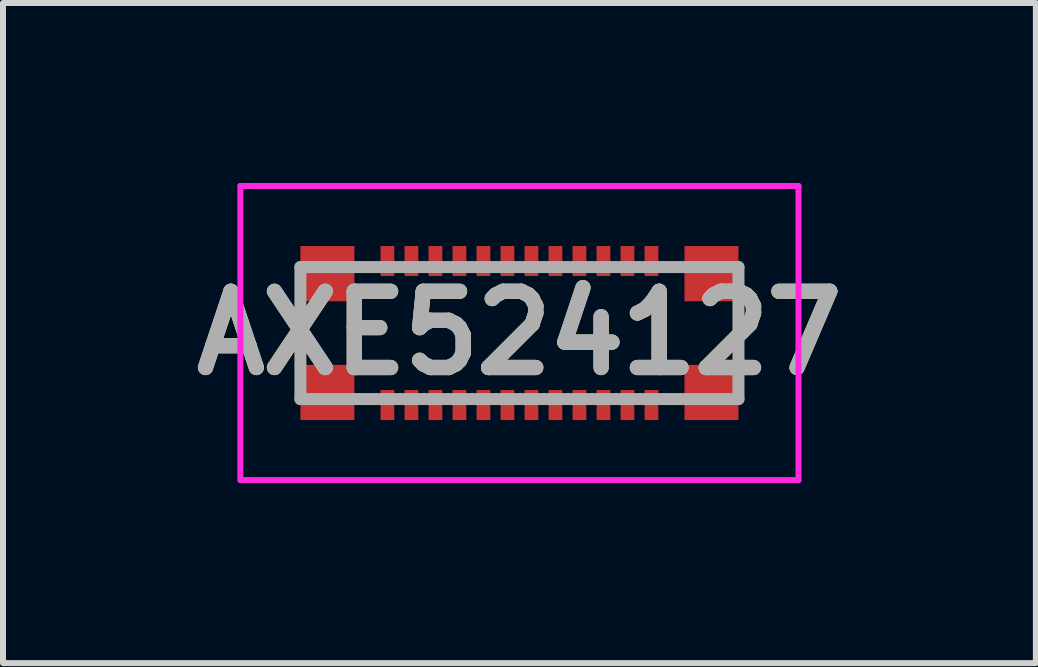
<source format=kicad_pcb>
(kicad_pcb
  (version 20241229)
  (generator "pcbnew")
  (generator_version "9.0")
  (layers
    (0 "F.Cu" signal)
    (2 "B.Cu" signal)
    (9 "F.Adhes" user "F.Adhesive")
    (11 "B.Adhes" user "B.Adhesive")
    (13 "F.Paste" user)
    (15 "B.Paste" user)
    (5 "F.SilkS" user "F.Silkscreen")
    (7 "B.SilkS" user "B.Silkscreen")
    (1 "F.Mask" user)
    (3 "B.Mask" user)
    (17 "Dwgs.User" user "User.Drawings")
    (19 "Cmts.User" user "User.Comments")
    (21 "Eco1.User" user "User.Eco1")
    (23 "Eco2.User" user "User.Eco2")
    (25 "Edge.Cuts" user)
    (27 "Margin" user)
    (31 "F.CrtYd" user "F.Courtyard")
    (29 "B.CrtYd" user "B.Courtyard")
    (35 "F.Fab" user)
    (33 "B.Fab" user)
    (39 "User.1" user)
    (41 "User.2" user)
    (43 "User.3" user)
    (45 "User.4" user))
  (footprint "AXE524127"
    (layer "F.Cu")
    (at 5.606 2.5)
    (property "Reference" "AXE524127" (at 0 0 0) (layer "F.SilkS") (effects (font (size 1.27 1.27) (thickness 0.254))))
    (attr smd)
    (fp_line (start -3.65 -0.2) (end -3.65 0.2) (stroke (width 0.15) (type solid)) (layer "F.SilkS"))
    (fp_line (start 3.65 -0.2) (end 3.65 0.2) (stroke (width 0.15) (type solid)) (layer "F.SilkS"))
    (fp_line (start -4.65 -2.45) (end -4.65 2.45) (stroke (width 0.1) (type solid)) (layer "F.CrtYd"))
    (fp_line (start -4.65 2.45) (end 4.65 2.45) (stroke (width 0.1) (type solid)) (layer "F.CrtYd"))
    (fp_line (start 4.65 -2.45) (end -4.65 -2.45) (stroke (width 0.1) (type solid)) (layer "F.CrtYd"))
    (fp_line (start 4.65 2.45) (end 4.65 -2.45) (stroke (width 0.1) (type solid)) (layer "F.CrtYd"))
    (fp_line (start -3.65 -1.1) (end -3.65 1.1) (stroke (width 0.2) (type solid)) (layer "F.Fab"))
    (fp_line (start -3.65 1.1) (end 3.65 1.1) (stroke (width 0.2) (type solid)) (layer "F.Fab"))
    (fp_line (start 3.65 -1.1) (end -3.65 -1.1) (stroke (width 0.2) (type solid)) (layer "F.Fab"))
    (fp_line (start 3.65 1.1) (end 3.65 -1.1) (stroke (width 0.2) (type solid)) (layer "F.Fab"))
    (fp_text user "${REFERENCE}" (at 0 0 0) (layer "F.Fab") (effects (font (size 1.27 1.27) (thickness 0.254))))
    (pad "1" smd rect (at 2.2 1.2) (size 0.23 0.5) (layers "F.Cu" "F.Mask" "F.Paste"))
    (pad "2" smd rect (at 2.2 -1.2) (size 0.23 0.5) (layers "F.Cu" "F.Mask" "F.Paste"))
    (pad "3" smd rect (at 1.8 1.2) (size 0.23 0.5) (layers "F.Cu" "F.Mask" "F.Paste"))
    (pad "4" smd rect (at 1.8 -1.2) (size 0.23 0.5) (layers "F.Cu" "F.Mask" "F.Paste"))
    (pad "5" smd rect (at 1.4 1.2) (size 0.23 0.5) (layers "F.Cu" "F.Mask" "F.Paste"))
    (pad "6" smd rect (at 1.4 -1.2) (size 0.23 0.5) (layers "F.Cu" "F.Mask" "F.Paste"))
    (pad "7" smd rect (at 1 1.2) (size 0.23 0.5) (layers "F.Cu" "F.Mask" "F.Paste"))
    (pad "8" smd rect (at 1 -1.2) (size 0.23 0.5) (layers "F.Cu" "F.Mask" "F.Paste"))
    (pad "9" smd rect (at 0.6 1.2) (size 0.23 0.5) (layers "F.Cu" "F.Mask" "F.Paste"))
    (pad "10" smd rect (at 0.6 -1.2) (size 0.23 0.5) (layers "F.Cu" "F.Mask" "F.Paste"))
    (pad "11" smd rect (at 0.2 1.2) (size 0.23 0.5) (layers "F.Cu" "F.Mask" "F.Paste"))
    (pad "12" smd rect (at 0.2 -1.2) (size 0.23 0.5) (layers "F.Cu" "F.Mask" "F.Paste"))
    (pad "13" smd rect (at -0.2 1.2) (size 0.23 0.5) (layers "F.Cu" "F.Mask" "F.Paste"))
    (pad "14" smd rect (at -0.2 -1.2) (size 0.23 0.5) (layers "F.Cu" "F.Mask" "F.Paste"))
    (pad "15" smd rect (at -0.6 1.2) (size 0.23 0.5) (layers "F.Cu" "F.Mask" "F.Paste"))
    (pad "16" smd rect (at -0.6 -1.2) (size 0.23 0.5) (layers "F.Cu" "F.Mask" "F.Paste"))
    (pad "17" smd rect (at -1 1.2) (size 0.23 0.5) (layers "F.Cu" "F.Mask" "F.Paste"))
    (pad "18" smd rect (at -1 -1.2) (size 0.23 0.5) (layers "F.Cu" "F.Mask" "F.Paste"))
    (pad "19" smd rect (at -1.4 1.2) (size 0.23 0.5) (layers "F.Cu" "F.Mask" "F.Paste"))
    (pad "20" smd rect (at -1.4 -1.2) (size 0.23 0.5) (layers "F.Cu" "F.Mask" "F.Paste"))
    (pad "21" smd rect (at -1.8 1.2) (size 0.23 0.5) (layers "F.Cu" "F.Mask" "F.Paste"))
    (pad "22" smd rect (at -1.8 -1.2) (size 0.23 0.5) (layers "F.Cu" "F.Mask" "F.Paste"))
    (pad "23" smd rect (at -2.2 1.2) (size 0.23 0.5) (layers "F.Cu" "F.Mask" "F.Paste"))
    (pad "24" smd rect (at -2.2 -1.2) (size 0.23 0.5) (layers "F.Cu" "F.Mask" "F.Paste"))
    (pad "MP" smd rect (at -3.2 -0.99) (size 0.9 0.92) (layers "F.Cu" "F.Mask" "F.Paste"))
    (pad "MP" smd rect (at -3.2 0.99) (size 0.9 0.92) (layers "F.Cu" "F.Mask" "F.Paste"))
    (pad "MP" smd rect (at 3.2 -0.99) (size 0.9 0.92) (layers "F.Cu" "F.Mask" "F.Paste"))
    (pad "MP" smd rect (at 3.2 0.99) (size 0.9 0.92) (layers "F.Cu" "F.Mask" "F.Paste")))
  (gr_rect
    (start -3 -3)
    (end 14.212 8)
    (stroke (width 0.1) (type default))
    (fill no)
    (layer "Edge.Cuts")))
</source>
